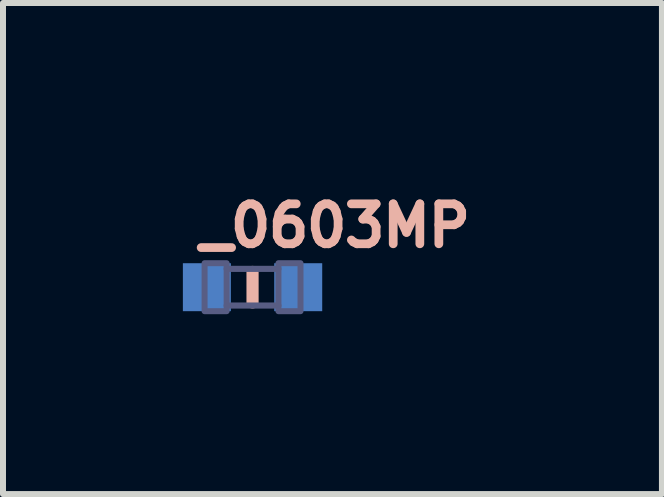
<source format=kicad_pcb>
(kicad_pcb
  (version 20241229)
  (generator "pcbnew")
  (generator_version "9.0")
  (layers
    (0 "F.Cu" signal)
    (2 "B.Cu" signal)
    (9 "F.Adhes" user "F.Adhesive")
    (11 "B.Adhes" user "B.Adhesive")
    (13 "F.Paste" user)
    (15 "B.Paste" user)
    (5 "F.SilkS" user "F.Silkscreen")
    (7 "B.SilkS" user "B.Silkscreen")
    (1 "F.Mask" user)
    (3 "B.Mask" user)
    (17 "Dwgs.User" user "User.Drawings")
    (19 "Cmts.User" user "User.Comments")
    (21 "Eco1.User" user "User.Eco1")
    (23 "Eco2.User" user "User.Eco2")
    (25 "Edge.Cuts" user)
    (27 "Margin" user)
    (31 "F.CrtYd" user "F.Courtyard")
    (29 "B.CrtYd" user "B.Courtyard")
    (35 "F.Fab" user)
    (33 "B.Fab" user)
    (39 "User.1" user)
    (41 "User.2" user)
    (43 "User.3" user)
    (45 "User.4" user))
  (footprint "_0603MP"
    (layer "F.Cu")
    (at 1.162 1.74)
    (property "Reference" "_0603MP" (at -0.953 -0.635 0) (layer "B.SilkS") (effects (font (size 0.666 0.666) (thickness 0.146)) (justify left bottom)))
    (fp_line (start 0 -0.254) (end 0 0.254) (stroke (width 0.203) (type solid)) (layer "B.SilkS"))
    (fp_line (start -0.432 0.306) (end 0.432 0.306) (stroke (width 0.102) (type solid)) (layer "B.Fab"))
    (fp_line (start 0.432 -0.306) (end -0.432 -0.306) (stroke (width 0.102) (type solid)) (layer "B.Fab"))
    (fp_poly (pts (xy -0.8 0.4) (xy -0.432 0.4) (xy -0.432 -0.4) (xy -0.8 -0.4)) (stroke (width 0.1) (type solid)) (fill no) (layer "B.Fab"))
    (fp_poly (pts (xy 0.432 0.4) (xy 0.8 0.4) (xy 0.8 -0.4) (xy 0.432 -0.4)) (stroke (width 0.1) (type solid)) (fill no) (layer "B.Fab"))
    (pad "1" smd rect (at -0.762 0) (size 0.8 0.8) (layers "B.Cu" "B.Mask" "B.Paste"))
    (pad "2" smd rect (at 0.762 0) (size 0.8 0.8) (layers "B.Cu" "B.Mask" "B.Paste")))
  (gr_rect
    (start -3 -3)
    (end 7.99 5.19)
    (stroke (width 0.1) (type default))
    (fill no)
    (layer "Edge.Cuts")))
</source>
